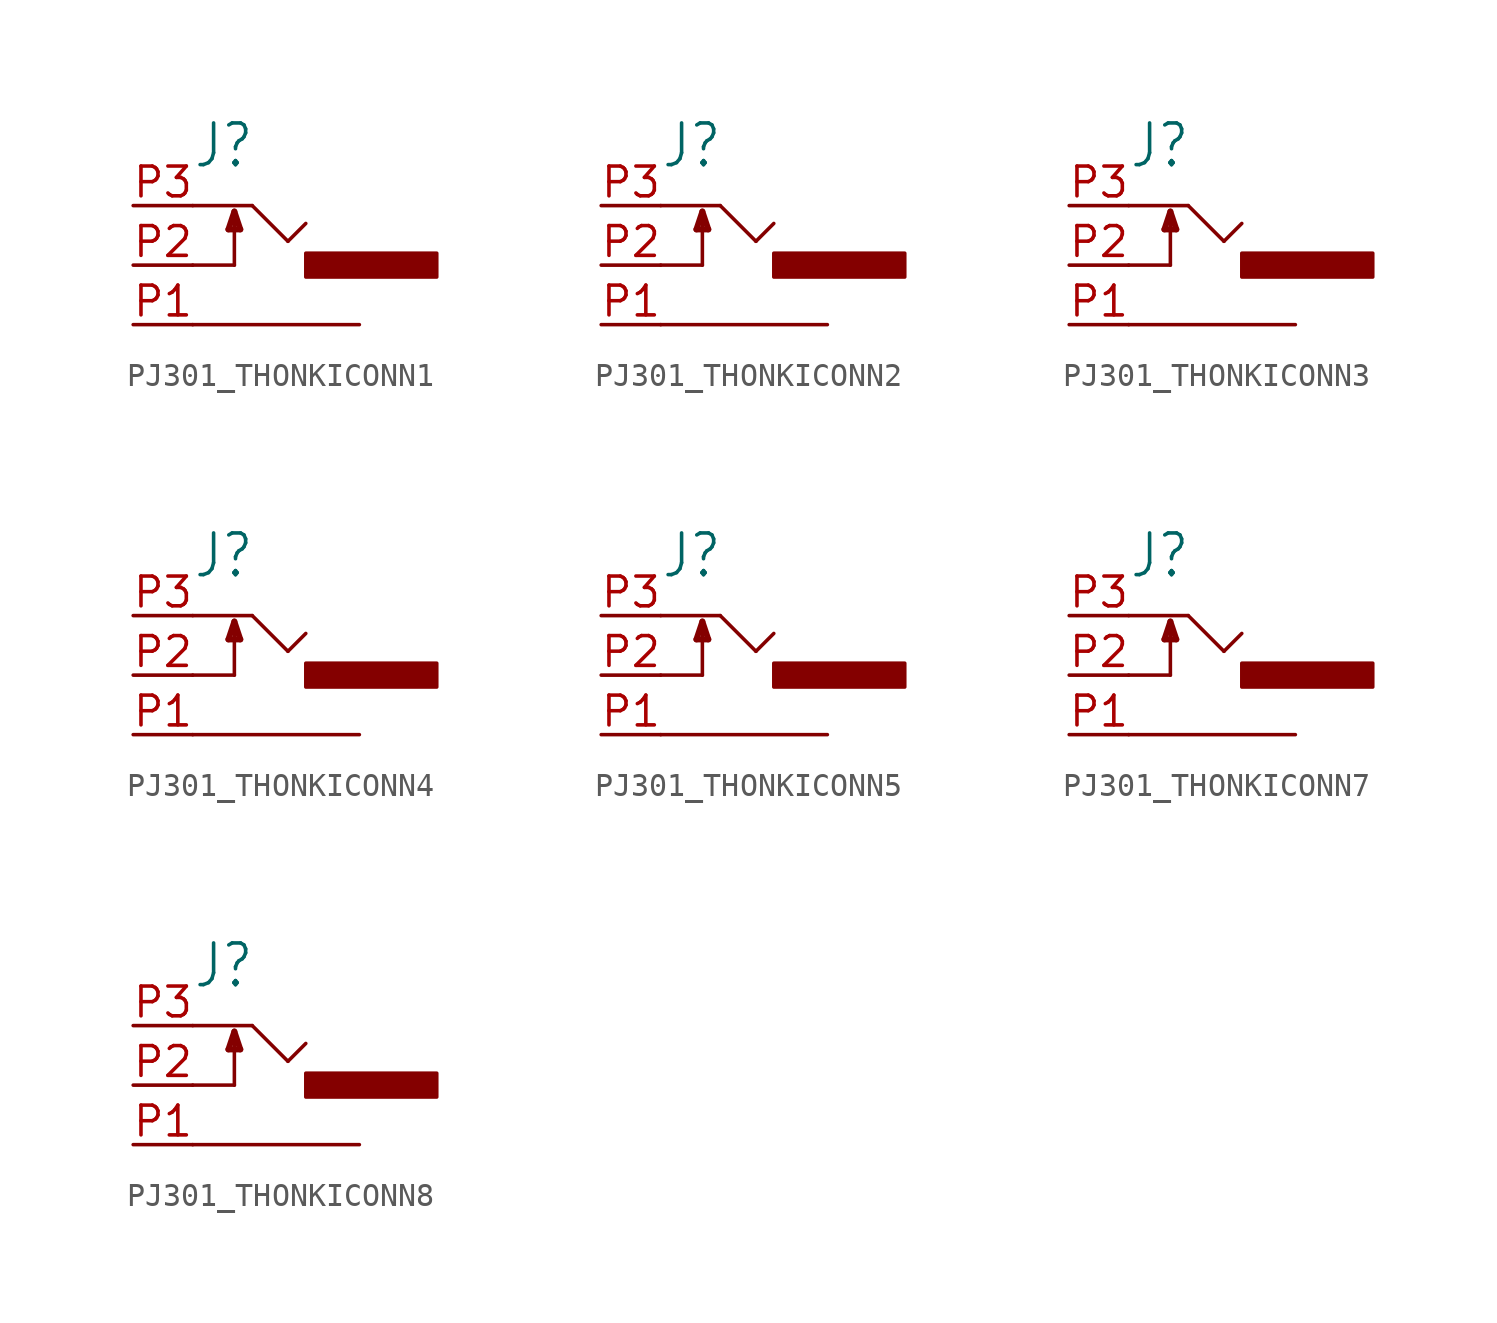
<source format=kicad_sym>
(kicad_symbol_lib
  (version 20211014)
  (generator kicad_symbol_editor)
  (symbol "PJ301_THONKICONN1"
    (property "Reference" "J"
      (at -2.54 4.064 0)
      (effects (font (size 1.778 1.511)) (justify left bottom)))
    (property "ki_locked" ""
      (at 0 0 0)
      (effects (font (size 1.27 1.27))))
    (symbol "PJ301_THONKICONN1_1_0"
      (polyline (pts (xy -2.54 -2.54) (xy 4.572 -2.54)) (stroke (width 0.152) (type default) (color 0 0 0 0)) (fill (type none)))
      (polyline (pts (xy -2.54 0) (xy -0.762 0)) (stroke (width 0.152) (type default) (color 0 0 0 0)) (fill (type none)))
      (polyline (pts (xy -2.54 2.54) (xy 0 2.54)) (stroke (width 0.152) (type default) (color 0 0 0 0)) (fill (type none)))
      (polyline (pts (xy -1.016 1.524) (xy -0.508 1.524)) (stroke (width 0.254) (type default) (color 0 0 0 0)) (fill (type none)))
      (polyline (pts (xy -0.762 0) (xy -0.762 2.286)) (stroke (width 0.152) (type default) (color 0 0 0 0)) (fill (type none)))
      (polyline (pts (xy -0.762 2.286) (xy -1.016 1.524)) (stroke (width 0.254) (type default) (color 0 0 0 0)) (fill (type none)))
      (polyline (pts (xy -0.508 1.524) (xy -0.762 2.286)) (stroke (width 0.254) (type default) (color 0 0 0 0)) (fill (type none)))
      (polyline (pts (xy 0 2.54) (xy 1.524 1.016)) (stroke (width 0.152) (type default) (color 0 0 0 0)) (fill (type none)))
      (polyline (pts (xy 1.524 1.016) (xy 2.286 1.778)) (stroke (width 0.152) (type default) (color 0 0 0 0)) (fill (type none)))
      (rectangle (start 2.286 -0.508) (end 7.874 0.508) (stroke (width 0) (type default) (color 0 0 0 0)) (fill (type outline)))
      (pin passive line (at -5.08 -2.54 0) (length 2.54) (name "1" (effects (font (size 0 0)))) (number "P1" (effects (font (size 1.27 1.27)))))
      (pin passive line (at -5.08 0 0) (length 2.54) (name "2" (effects (font (size 0 0)))) (number "P2" (effects (font (size 1.27 1.27)))))
      (pin passive line (at -5.08 2.54 0) (length 2.54) (name "3" (effects (font (size 0 0)))) (number "P3" (effects (font (size 1.27 1.27)))))))
  (symbol "PJ301_THONKICONN2"
    (property "Reference" "J"
      (at -2.54 4.064 0)
      (effects (font (size 1.778 1.511)) (justify left bottom)))
    (property "ki_locked" ""
      (at 0 0 0)
      (effects (font (size 1.27 1.27))))
    (symbol "PJ301_THONKICONN2_1_0"
      (polyline (pts (xy -2.54 -2.54) (xy 4.572 -2.54)) (stroke (width 0.152) (type default) (color 0 0 0 0)) (fill (type none)))
      (polyline (pts (xy -2.54 0) (xy -0.762 0)) (stroke (width 0.152) (type default) (color 0 0 0 0)) (fill (type none)))
      (polyline (pts (xy -2.54 2.54) (xy 0 2.54)) (stroke (width 0.152) (type default) (color 0 0 0 0)) (fill (type none)))
      (polyline (pts (xy -1.016 1.524) (xy -0.508 1.524)) (stroke (width 0.254) (type default) (color 0 0 0 0)) (fill (type none)))
      (polyline (pts (xy -0.762 0) (xy -0.762 2.286)) (stroke (width 0.152) (type default) (color 0 0 0 0)) (fill (type none)))
      (polyline (pts (xy -0.762 2.286) (xy -1.016 1.524)) (stroke (width 0.254) (type default) (color 0 0 0 0)) (fill (type none)))
      (polyline (pts (xy -0.508 1.524) (xy -0.762 2.286)) (stroke (width 0.254) (type default) (color 0 0 0 0)) (fill (type none)))
      (polyline (pts (xy 0 2.54) (xy 1.524 1.016)) (stroke (width 0.152) (type default) (color 0 0 0 0)) (fill (type none)))
      (polyline (pts (xy 1.524 1.016) (xy 2.286 1.778)) (stroke (width 0.152) (type default) (color 0 0 0 0)) (fill (type none)))
      (rectangle (start 2.286 -0.508) (end 7.874 0.508) (stroke (width 0) (type default) (color 0 0 0 0)) (fill (type outline)))
      (pin passive line (at -5.08 -2.54 0) (length 2.54) (name "1" (effects (font (size 0 0)))) (number "P1" (effects (font (size 1.27 1.27)))))
      (pin passive line (at -5.08 0 0) (length 2.54) (name "2" (effects (font (size 0 0)))) (number "P2" (effects (font (size 1.27 1.27)))))
      (pin passive line (at -5.08 2.54 0) (length 2.54) (name "3" (effects (font (size 0 0)))) (number "P3" (effects (font (size 1.27 1.27)))))))
  (symbol "PJ301_THONKICONN3"
    (property "Reference" "J"
      (at -2.54 4.064 0)
      (effects (font (size 1.778 1.511)) (justify left bottom)))
    (property "ki_locked" ""
      (at 0 0 0)
      (effects (font (size 1.27 1.27))))
    (symbol "PJ301_THONKICONN3_1_0"
      (polyline (pts (xy -2.54 -2.54) (xy 4.572 -2.54)) (stroke (width 0.152) (type default) (color 0 0 0 0)) (fill (type none)))
      (polyline (pts (xy -2.54 0) (xy -0.762 0)) (stroke (width 0.152) (type default) (color 0 0 0 0)) (fill (type none)))
      (polyline (pts (xy -2.54 2.54) (xy 0 2.54)) (stroke (width 0.152) (type default) (color 0 0 0 0)) (fill (type none)))
      (polyline (pts (xy -1.016 1.524) (xy -0.508 1.524)) (stroke (width 0.254) (type default) (color 0 0 0 0)) (fill (type none)))
      (polyline (pts (xy -0.762 0) (xy -0.762 2.286)) (stroke (width 0.152) (type default) (color 0 0 0 0)) (fill (type none)))
      (polyline (pts (xy -0.762 2.286) (xy -1.016 1.524)) (stroke (width 0.254) (type default) (color 0 0 0 0)) (fill (type none)))
      (polyline (pts (xy -0.508 1.524) (xy -0.762 2.286)) (stroke (width 0.254) (type default) (color 0 0 0 0)) (fill (type none)))
      (polyline (pts (xy 0 2.54) (xy 1.524 1.016)) (stroke (width 0.152) (type default) (color 0 0 0 0)) (fill (type none)))
      (polyline (pts (xy 1.524 1.016) (xy 2.286 1.778)) (stroke (width 0.152) (type default) (color 0 0 0 0)) (fill (type none)))
      (rectangle (start 2.286 -0.508) (end 7.874 0.508) (stroke (width 0) (type default) (color 0 0 0 0)) (fill (type outline)))
      (pin passive line (at -5.08 -2.54 0) (length 2.54) (name "1" (effects (font (size 0 0)))) (number "P1" (effects (font (size 1.27 1.27)))))
      (pin passive line (at -5.08 0 0) (length 2.54) (name "2" (effects (font (size 0 0)))) (number "P2" (effects (font (size 1.27 1.27)))))
      (pin passive line (at -5.08 2.54 0) (length 2.54) (name "3" (effects (font (size 0 0)))) (number "P3" (effects (font (size 1.27 1.27)))))))
  (symbol "PJ301_THONKICONN4"
    (property "Reference" "J"
      (at -2.54 4.064 0)
      (effects (font (size 1.778 1.511)) (justify left bottom)))
    (property "ki_locked" ""
      (at 0 0 0)
      (effects (font (size 1.27 1.27))))
    (symbol "PJ301_THONKICONN4_1_0"
      (polyline (pts (xy -2.54 -2.54) (xy 4.572 -2.54)) (stroke (width 0.152) (type default) (color 0 0 0 0)) (fill (type none)))
      (polyline (pts (xy -2.54 0) (xy -0.762 0)) (stroke (width 0.152) (type default) (color 0 0 0 0)) (fill (type none)))
      (polyline (pts (xy -2.54 2.54) (xy 0 2.54)) (stroke (width 0.152) (type default) (color 0 0 0 0)) (fill (type none)))
      (polyline (pts (xy -1.016 1.524) (xy -0.508 1.524)) (stroke (width 0.254) (type default) (color 0 0 0 0)) (fill (type none)))
      (polyline (pts (xy -0.762 0) (xy -0.762 2.286)) (stroke (width 0.152) (type default) (color 0 0 0 0)) (fill (type none)))
      (polyline (pts (xy -0.762 2.286) (xy -1.016 1.524)) (stroke (width 0.254) (type default) (color 0 0 0 0)) (fill (type none)))
      (polyline (pts (xy -0.508 1.524) (xy -0.762 2.286)) (stroke (width 0.254) (type default) (color 0 0 0 0)) (fill (type none)))
      (polyline (pts (xy 0 2.54) (xy 1.524 1.016)) (stroke (width 0.152) (type default) (color 0 0 0 0)) (fill (type none)))
      (polyline (pts (xy 1.524 1.016) (xy 2.286 1.778)) (stroke (width 0.152) (type default) (color 0 0 0 0)) (fill (type none)))
      (rectangle (start 2.286 -0.508) (end 7.874 0.508) (stroke (width 0) (type default) (color 0 0 0 0)) (fill (type outline)))
      (pin passive line (at -5.08 -2.54 0) (length 2.54) (name "1" (effects (font (size 0 0)))) (number "P1" (effects (font (size 1.27 1.27)))))
      (pin passive line (at -5.08 0 0) (length 2.54) (name "2" (effects (font (size 0 0)))) (number "P2" (effects (font (size 1.27 1.27)))))
      (pin passive line (at -5.08 2.54 0) (length 2.54) (name "3" (effects (font (size 0 0)))) (number "P3" (effects (font (size 1.27 1.27)))))))
  (symbol "PJ301_THONKICONN5"
    (property "Reference" "J"
      (at -2.54 4.064 0)
      (effects (font (size 1.778 1.511)) (justify left bottom)))
    (property "ki_locked" ""
      (at 0 0 0)
      (effects (font (size 1.27 1.27))))
    (symbol "PJ301_THONKICONN5_1_0"
      (polyline (pts (xy -2.54 -2.54) (xy 4.572 -2.54)) (stroke (width 0.152) (type default) (color 0 0 0 0)) (fill (type none)))
      (polyline (pts (xy -2.54 0) (xy -0.762 0)) (stroke (width 0.152) (type default) (color 0 0 0 0)) (fill (type none)))
      (polyline (pts (xy -2.54 2.54) (xy 0 2.54)) (stroke (width 0.152) (type default) (color 0 0 0 0)) (fill (type none)))
      (polyline (pts (xy -1.016 1.524) (xy -0.508 1.524)) (stroke (width 0.254) (type default) (color 0 0 0 0)) (fill (type none)))
      (polyline (pts (xy -0.762 0) (xy -0.762 2.286)) (stroke (width 0.152) (type default) (color 0 0 0 0)) (fill (type none)))
      (polyline (pts (xy -0.762 2.286) (xy -1.016 1.524)) (stroke (width 0.254) (type default) (color 0 0 0 0)) (fill (type none)))
      (polyline (pts (xy -0.508 1.524) (xy -0.762 2.286)) (stroke (width 0.254) (type default) (color 0 0 0 0)) (fill (type none)))
      (polyline (pts (xy 0 2.54) (xy 1.524 1.016)) (stroke (width 0.152) (type default) (color 0 0 0 0)) (fill (type none)))
      (polyline (pts (xy 1.524 1.016) (xy 2.286 1.778)) (stroke (width 0.152) (type default) (color 0 0 0 0)) (fill (type none)))
      (rectangle (start 2.286 -0.508) (end 7.874 0.508) (stroke (width 0) (type default) (color 0 0 0 0)) (fill (type outline)))
      (pin passive line (at -5.08 -2.54 0) (length 2.54) (name "1" (effects (font (size 0 0)))) (number "P1" (effects (font (size 1.27 1.27)))))
      (pin passive line (at -5.08 0 0) (length 2.54) (name "2" (effects (font (size 0 0)))) (number "P2" (effects (font (size 1.27 1.27)))))
      (pin passive line (at -5.08 2.54 0) (length 2.54) (name "3" (effects (font (size 0 0)))) (number "P3" (effects (font (size 1.27 1.27)))))))
  (symbol "PJ301_THONKICONN7"
    (property "Reference" "J"
      (at -2.54 4.064 0)
      (effects (font (size 1.778 1.511)) (justify left bottom)))
    (property "ki_locked" ""
      (at 0 0 0)
      (effects (font (size 1.27 1.27))))
    (symbol "PJ301_THONKICONN7_1_0"
      (polyline (pts (xy -2.54 -2.54) (xy 4.572 -2.54)) (stroke (width 0.152) (type default) (color 0 0 0 0)) (fill (type none)))
      (polyline (pts (xy -2.54 0) (xy -0.762 0)) (stroke (width 0.152) (type default) (color 0 0 0 0)) (fill (type none)))
      (polyline (pts (xy -2.54 2.54) (xy 0 2.54)) (stroke (width 0.152) (type default) (color 0 0 0 0)) (fill (type none)))
      (polyline (pts (xy -1.016 1.524) (xy -0.508 1.524)) (stroke (width 0.254) (type default) (color 0 0 0 0)) (fill (type none)))
      (polyline (pts (xy -0.762 0) (xy -0.762 2.286)) (stroke (width 0.152) (type default) (color 0 0 0 0)) (fill (type none)))
      (polyline (pts (xy -0.762 2.286) (xy -1.016 1.524)) (stroke (width 0.254) (type default) (color 0 0 0 0)) (fill (type none)))
      (polyline (pts (xy -0.508 1.524) (xy -0.762 2.286)) (stroke (width 0.254) (type default) (color 0 0 0 0)) (fill (type none)))
      (polyline (pts (xy 0 2.54) (xy 1.524 1.016)) (stroke (width 0.152) (type default) (color 0 0 0 0)) (fill (type none)))
      (polyline (pts (xy 1.524 1.016) (xy 2.286 1.778)) (stroke (width 0.152) (type default) (color 0 0 0 0)) (fill (type none)))
      (rectangle (start 2.286 -0.508) (end 7.874 0.508) (stroke (width 0) (type default) (color 0 0 0 0)) (fill (type outline)))
      (pin passive line (at -5.08 -2.54 0) (length 2.54) (name "1" (effects (font (size 0 0)))) (number "P1" (effects (font (size 1.27 1.27)))))
      (pin passive line (at -5.08 0 0) (length 2.54) (name "2" (effects (font (size 0 0)))) (number "P2" (effects (font (size 1.27 1.27)))))
      (pin passive line (at -5.08 2.54 0) (length 2.54) (name "3" (effects (font (size 0 0)))) (number "P3" (effects (font (size 1.27 1.27)))))))
  (symbol "PJ301_THONKICONN8"
    (property "Reference" "J"
      (at -2.54 4.064 0)
      (effects (font (size 1.778 1.511)) (justify left bottom)))
    (property "ki_locked" ""
      (at 0 0 0)
      (effects (font (size 1.27 1.27))))
    (symbol "PJ301_THONKICONN8_1_0"
      (polyline (pts (xy -2.54 -2.54) (xy 4.572 -2.54)) (stroke (width 0.152) (type default) (color 0 0 0 0)) (fill (type none)))
      (polyline (pts (xy -2.54 0) (xy -0.762 0)) (stroke (width 0.152) (type default) (color 0 0 0 0)) (fill (type none)))
      (polyline (pts (xy -2.54 2.54) (xy 0 2.54)) (stroke (width 0.152) (type default) (color 0 0 0 0)) (fill (type none)))
      (polyline (pts (xy -1.016 1.524) (xy -0.508 1.524)) (stroke (width 0.254) (type default) (color 0 0 0 0)) (fill (type none)))
      (polyline (pts (xy -0.762 0) (xy -0.762 2.286)) (stroke (width 0.152) (type default) (color 0 0 0 0)) (fill (type none)))
      (polyline (pts (xy -0.762 2.286) (xy -1.016 1.524)) (stroke (width 0.254) (type default) (color 0 0 0 0)) (fill (type none)))
      (polyline (pts (xy -0.508 1.524) (xy -0.762 2.286)) (stroke (width 0.254) (type default) (color 0 0 0 0)) (fill (type none)))
      (polyline (pts (xy 0 2.54) (xy 1.524 1.016)) (stroke (width 0.152) (type default) (color 0 0 0 0)) (fill (type none)))
      (polyline (pts (xy 1.524 1.016) (xy 2.286 1.778)) (stroke (width 0.152) (type default) (color 0 0 0 0)) (fill (type none)))
      (rectangle (start 2.286 -0.508) (end 7.874 0.508) (stroke (width 0) (type default) (color 0 0 0 0)) (fill (type outline)))
      (pin passive line (at -5.08 -2.54 0) (length 2.54) (name "1" (effects (font (size 0 0)))) (number "P1" (effects (font (size 1.27 1.27)))))
      (pin passive line (at -5.08 0 0) (length 2.54) (name "2" (effects (font (size 0 0)))) (number "P2" (effects (font (size 1.27 1.27)))))
      (pin passive line (at -5.08 2.54 0) (length 2.54) (name "3" (effects (font (size 0 0)))) (number "P3" (effects (font (size 1.27 1.27))))))))
</source>
